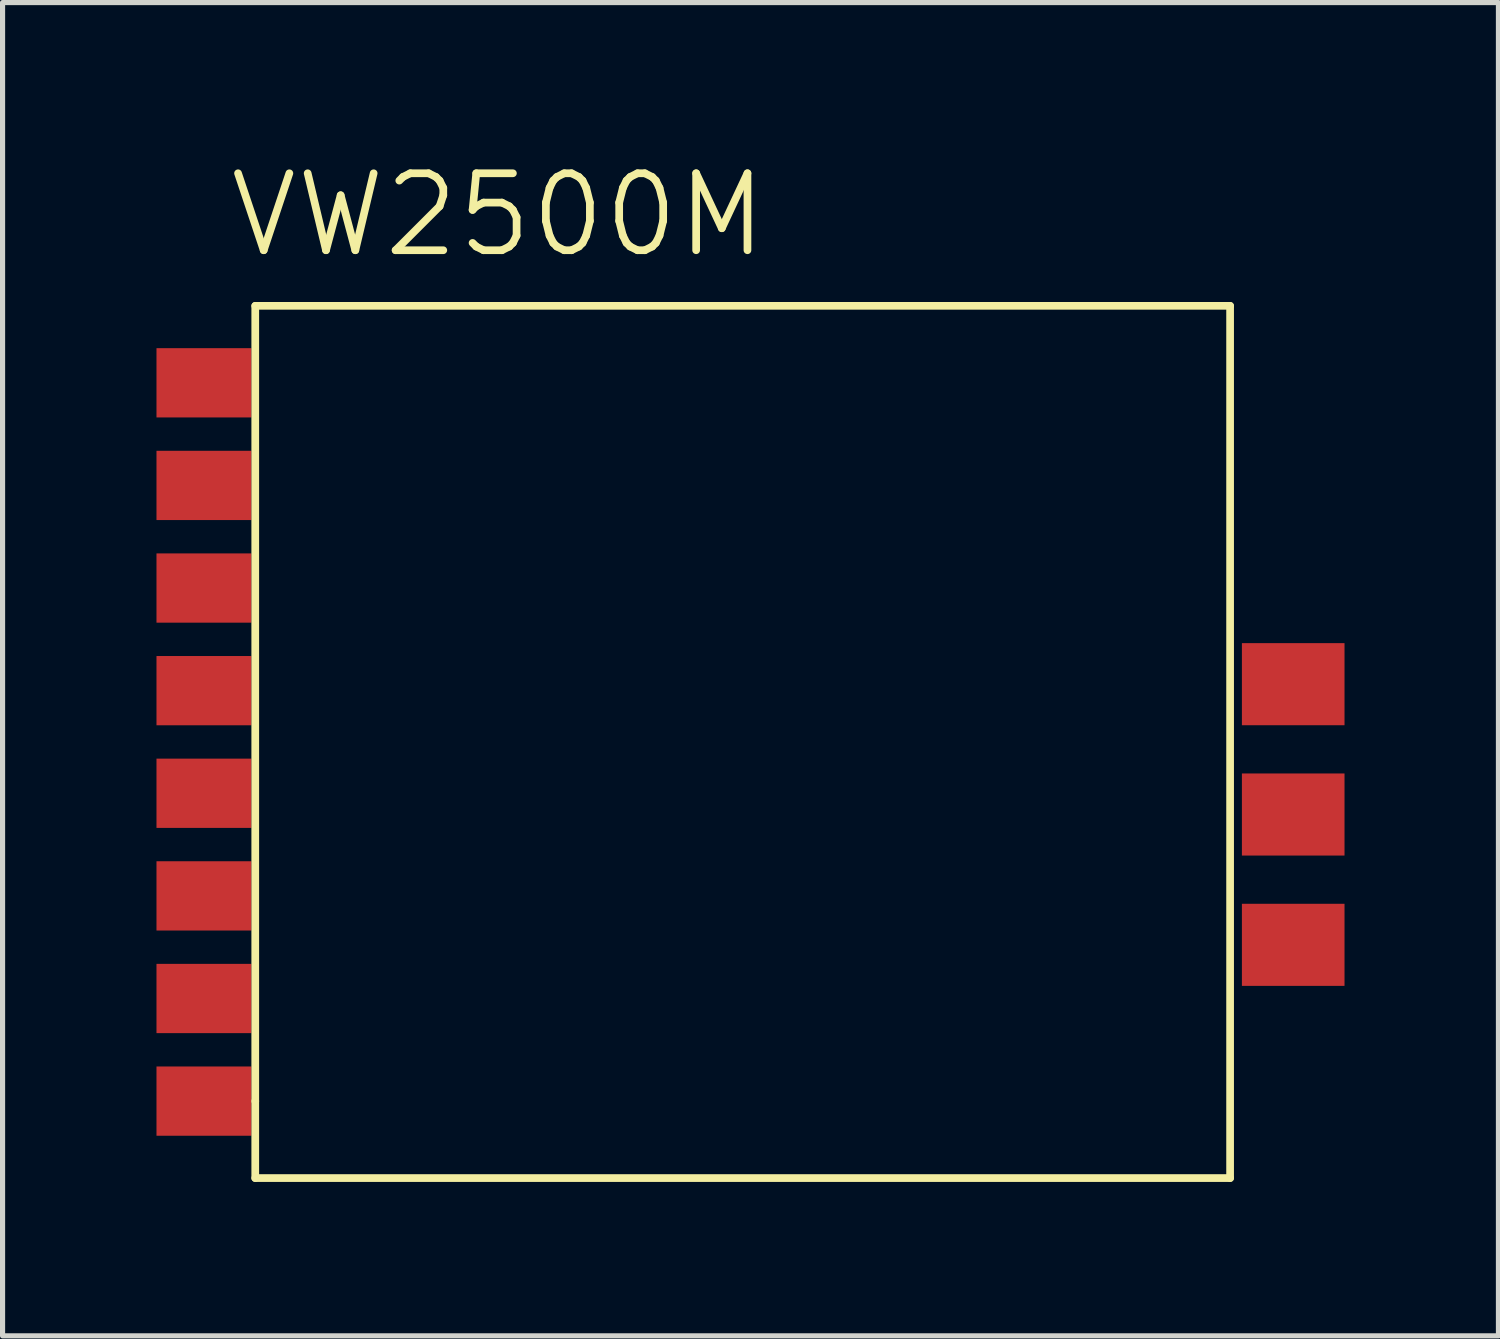
<source format=kicad_pcb>
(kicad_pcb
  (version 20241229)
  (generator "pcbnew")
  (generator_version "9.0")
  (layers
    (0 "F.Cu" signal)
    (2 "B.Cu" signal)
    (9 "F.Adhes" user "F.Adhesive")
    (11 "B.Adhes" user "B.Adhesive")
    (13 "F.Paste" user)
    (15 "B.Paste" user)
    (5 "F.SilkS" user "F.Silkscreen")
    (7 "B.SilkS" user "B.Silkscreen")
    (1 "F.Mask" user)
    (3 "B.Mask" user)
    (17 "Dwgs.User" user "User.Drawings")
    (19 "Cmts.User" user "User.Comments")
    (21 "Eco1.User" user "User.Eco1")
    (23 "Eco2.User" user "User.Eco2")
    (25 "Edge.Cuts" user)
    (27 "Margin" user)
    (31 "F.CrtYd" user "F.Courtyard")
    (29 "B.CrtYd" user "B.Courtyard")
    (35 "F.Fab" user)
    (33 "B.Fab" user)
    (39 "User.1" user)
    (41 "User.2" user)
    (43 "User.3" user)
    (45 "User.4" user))
  (footprint "VW2500M"
    (layer "F.Cu")
    (at 11.233 11.809)
    (property "Reference" "VW2500M" (at -4.572 -10.668 0) (layer "F.SilkS") (effects (font (size 1.5 1.5) (thickness 0.15))))
    (attr through_hole)
    (fp_line (start -9.308 -8.898) (end -9.308 6.602) (stroke (width 0.15) (type solid)) (layer "F.SilkS"))
    (fp_line (start -9.308 6.602) (end -9.308 8.102) (stroke (width 0.15) (type solid)) (layer "F.SilkS"))
    (fp_line (start -9.308 8.102) (end 9.692 8.102) (stroke (width 0.15) (type solid)) (layer "F.SilkS"))
    (fp_line (start 9.692 -8.898) (end -9.308 -8.898) (stroke (width 0.15) (type solid)) (layer "F.SilkS"))
    (fp_line (start 9.692 8.102) (end 9.692 -8.898) (stroke (width 0.15) (type solid)) (layer "F.SilkS"))
    (pad "1" smd rect (at -10.308 -7.398) (size 1.85 1.35) (layers "F.Cu" "F.Mask" "F.Paste"))
    (pad "2" smd rect (at -10.308 -5.398) (size 1.85 1.35) (layers "F.Cu" "F.Mask" "F.Paste"))
    (pad "3" smd rect (at -10.308 -3.398) (size 1.85 1.35) (layers "F.Cu" "F.Mask" "F.Paste"))
    (pad "4" smd rect (at -10.308 -1.398) (size 1.85 1.35) (layers "F.Cu" "F.Mask" "F.Paste"))
    (pad "5" smd rect (at -10.308 0.602) (size 1.85 1.35) (layers "F.Cu" "F.Mask" "F.Paste"))
    (pad "6" smd rect (at -10.308 2.602) (size 1.85 1.35) (layers "F.Cu" "F.Mask" "F.Paste"))
    (pad "7" smd rect (at -10.308 4.602) (size 1.85 1.35) (layers "F.Cu" "F.Mask" "F.Paste"))
    (pad "8" smd rect (at -10.308 6.602) (size 1.85 1.35) (layers "F.Cu" "F.Mask" "F.Paste"))
    (pad "9" smd rect (at 10.922 3.556) (size 2 1.6) (layers "F.Cu" "F.Mask" "F.Paste"))
    (pad "10" smd rect (at 10.922 1.016) (size 2 1.6) (layers "F.Cu" "F.Mask" "F.Paste"))
    (pad "11" smd rect (at 10.922 -1.524) (size 2 1.6) (layers "F.Cu" "F.Mask" "F.Paste")))
  (gr_rect
    (start -3 -3)
    (end 26.155 22.986)
    (stroke (width 0.1) (type default))
    (fill no)
    (layer "Edge.Cuts")))
</source>
